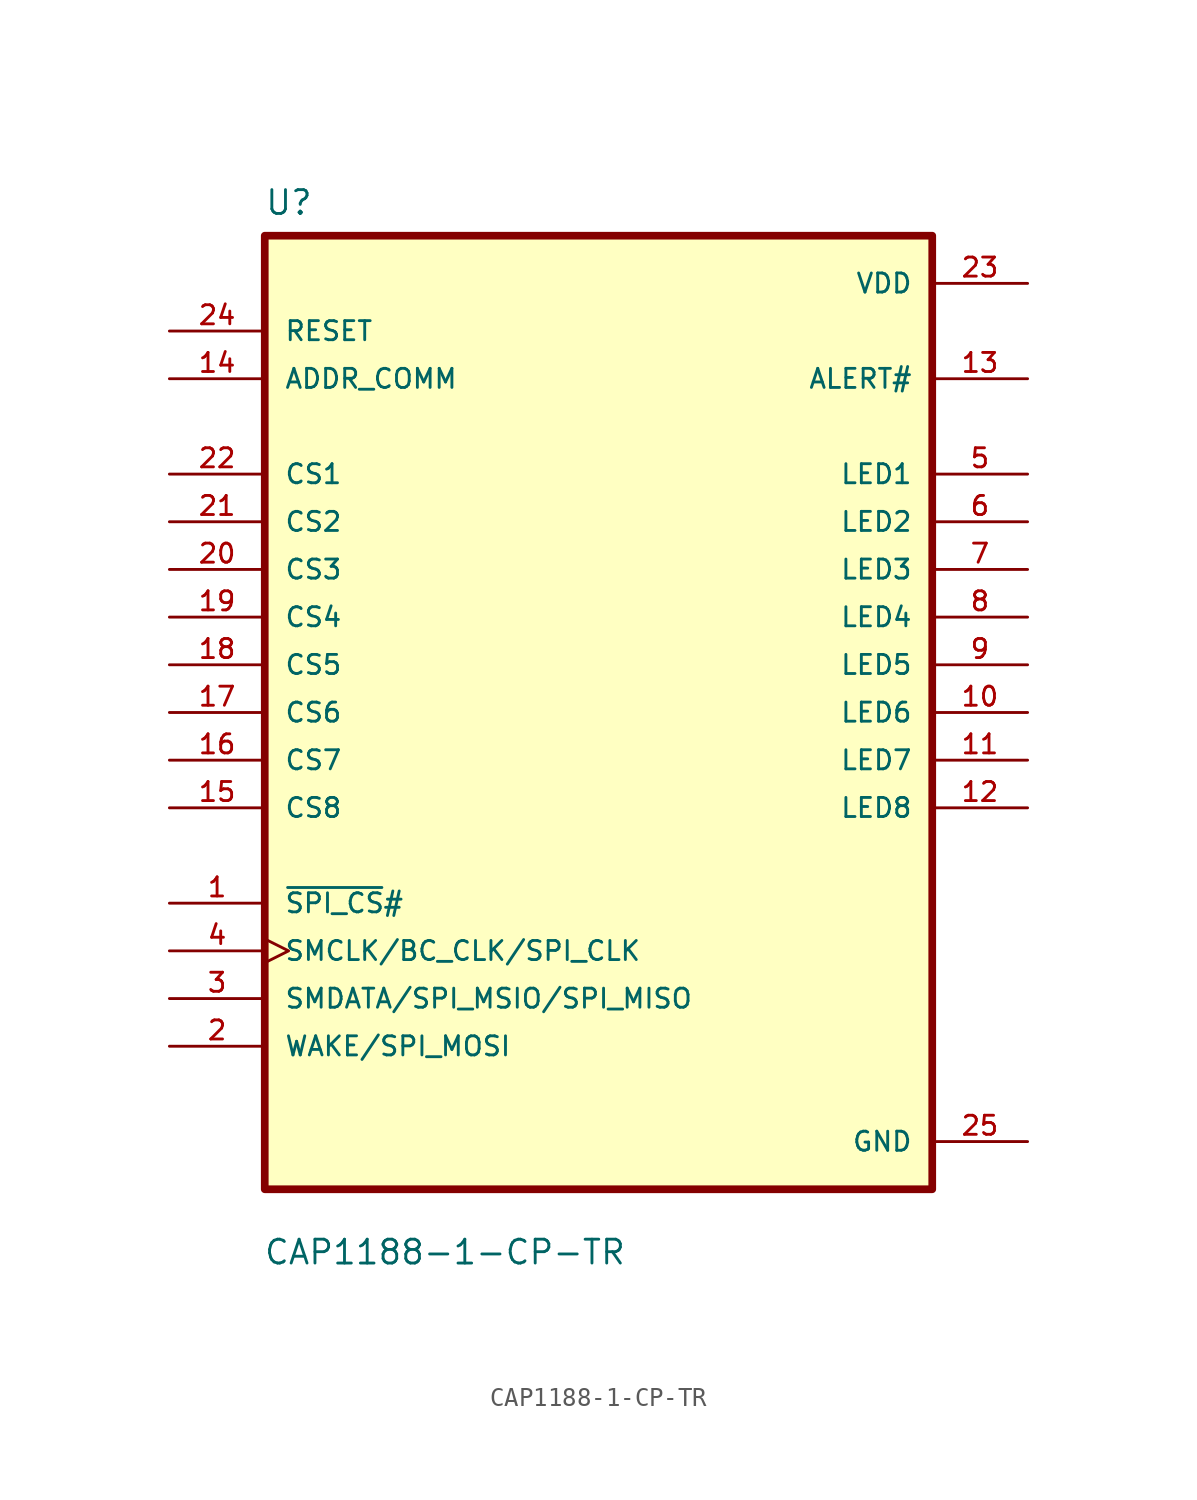
<source format=kicad_sym>
(kicad_symbol_lib
  (version 20211014)
  (generator kicad_symbol_editor)
  (symbol "CAP1188-1-CP-TR"
    (pin_names
      (offset 1.016))
    (property "Reference" "U"
      (at -17.805 26.422 0.0)
      (effects (font (size 1.27 1.27)) (justify bottom left)))
    (property "Value" "CAP1188-1-CP-TR"
      (at -17.866 -29.494 0.0)
      (effects (font (size 1.27 1.27)) (justify bottom left)))
    (symbol "CAP1188-1-CP-TR_0_0"
      (rectangle (start -17.78 -25.4) (end 17.78 25.4) (stroke (width 0.41)) (fill (type background)))
      (pin input line (at -22.86 17.78 0) (length 5.08) (name "ADDR_COMM" (effects (font (size 1.016 1.016)))) (number "14" (effects (font (size 1.016 1.016)))))
      (pin bidirectional line (at -22.86 10.16 0) (length 5.08) (name "CS2" (effects (font (size 1.016 1.016)))) (number "21" (effects (font (size 1.016 1.016)))))
      (pin bidirectional line (at -22.86 2.54 0) (length 5.08) (name "CS5" (effects (font (size 1.016 1.016)))) (number "18" (effects (font (size 1.016 1.016)))))
      (pin bidirectional line (at -22.86 0.0 0) (length 5.08) (name "CS6" (effects (font (size 1.016 1.016)))) (number "17" (effects (font (size 1.016 1.016)))))
      (pin bidirectional line (at -22.86 12.7 0) (length 5.08) (name "CS1" (effects (font (size 1.016 1.016)))) (number "22" (effects (font (size 1.016 1.016)))))
      (pin bidirectional line (at -22.86 7.62 0) (length 5.08) (name "CS3" (effects (font (size 1.016 1.016)))) (number "20" (effects (font (size 1.016 1.016)))))
      (pin bidirectional line (at -22.86 5.08 0) (length 5.08) (name "CS4" (effects (font (size 1.016 1.016)))) (number "19" (effects (font (size 1.016 1.016)))))
      (pin bidirectional line (at -22.86 -2.54 0) (length 5.08) (name "CS7" (effects (font (size 1.016 1.016)))) (number "16" (effects (font (size 1.016 1.016)))))
      (pin bidirectional line (at -22.86 -5.08 0) (length 5.08) (name "CS8" (effects (font (size 1.016 1.016)))) (number "15" (effects (font (size 1.016 1.016)))))
      (pin input line (at -22.86 20.32 0) (length 5.08) (name "RESET" (effects (font (size 1.016 1.016)))) (number "24" (effects (font (size 1.016 1.016)))))
      (pin input clock (at -22.86 -12.7 0) (length 5.08) (name "SMCLK/BC_CLK/SPI_CLK" (effects (font (size 1.016 1.016)))) (number "4" (effects (font (size 1.016 1.016)))))
      (pin input line (at -22.86 -10.16 0) (length 5.08) (name "~{SPI_CS}#" (effects (font (size 1.016 1.016)))) (number "1" (effects (font (size 1.016 1.016)))))
      (pin bidirectional line (at -22.86 -15.24 0) (length 5.08) (name "SMDATA/SPI_MSIO/SPI_MISO" (effects (font (size 1.016 1.016)))) (number "3" (effects (font (size 1.016 1.016)))))
      (pin bidirectional line (at -22.86 -17.78 0) (length 5.08) (name "WAKE/SPI_MOSI" (effects (font (size 1.016 1.016)))) (number "2" (effects (font (size 1.016 1.016)))))
      (pin power_in line (at 22.86 22.86 180.0) (length 5.08) (name "VDD" (effects (font (size 1.016 1.016)))) (number "23" (effects (font (size 1.016 1.016)))))
      (pin output line (at 22.86 17.78 180.0) (length 5.08) (name "ALERT#" (effects (font (size 1.016 1.016)))) (number "13" (effects (font (size 1.016 1.016)))))
      (pin output line (at 22.86 12.7 180.0) (length 5.08) (name "LED1" (effects (font (size 1.016 1.016)))) (number "5" (effects (font (size 1.016 1.016)))))
      (pin output line (at 22.86 10.16 180.0) (length 5.08) (name "LED2" (effects (font (size 1.016 1.016)))) (number "6" (effects (font (size 1.016 1.016)))))
      (pin output line (at 22.86 7.62 180.0) (length 5.08) (name "LED3" (effects (font (size 1.016 1.016)))) (number "7" (effects (font (size 1.016 1.016)))))
      (pin output line (at 22.86 5.08 180.0) (length 5.08) (name "LED4" (effects (font (size 1.016 1.016)))) (number "8" (effects (font (size 1.016 1.016)))))
      (pin output line (at 22.86 2.54 180.0) (length 5.08) (name "LED5" (effects (font (size 1.016 1.016)))) (number "9" (effects (font (size 1.016 1.016)))))
      (pin output line (at 22.86 0.0 180.0) (length 5.08) (name "LED6" (effects (font (size 1.016 1.016)))) (number "10" (effects (font (size 1.016 1.016)))))
      (pin output line (at 22.86 -2.54 180.0) (length 5.08) (name "LED7" (effects (font (size 1.016 1.016)))) (number "11" (effects (font (size 1.016 1.016)))))
      (pin output line (at 22.86 -5.08 180.0) (length 5.08) (name "LED8" (effects (font (size 1.016 1.016)))) (number "12" (effects (font (size 1.016 1.016)))))
      (pin power_in line (at 22.86 -22.86 180.0) (length 5.08) (name "GND" (effects (font (size 1.016 1.016)))) (number "25" (effects (font (size 1.016 1.016))))))))
</source>
